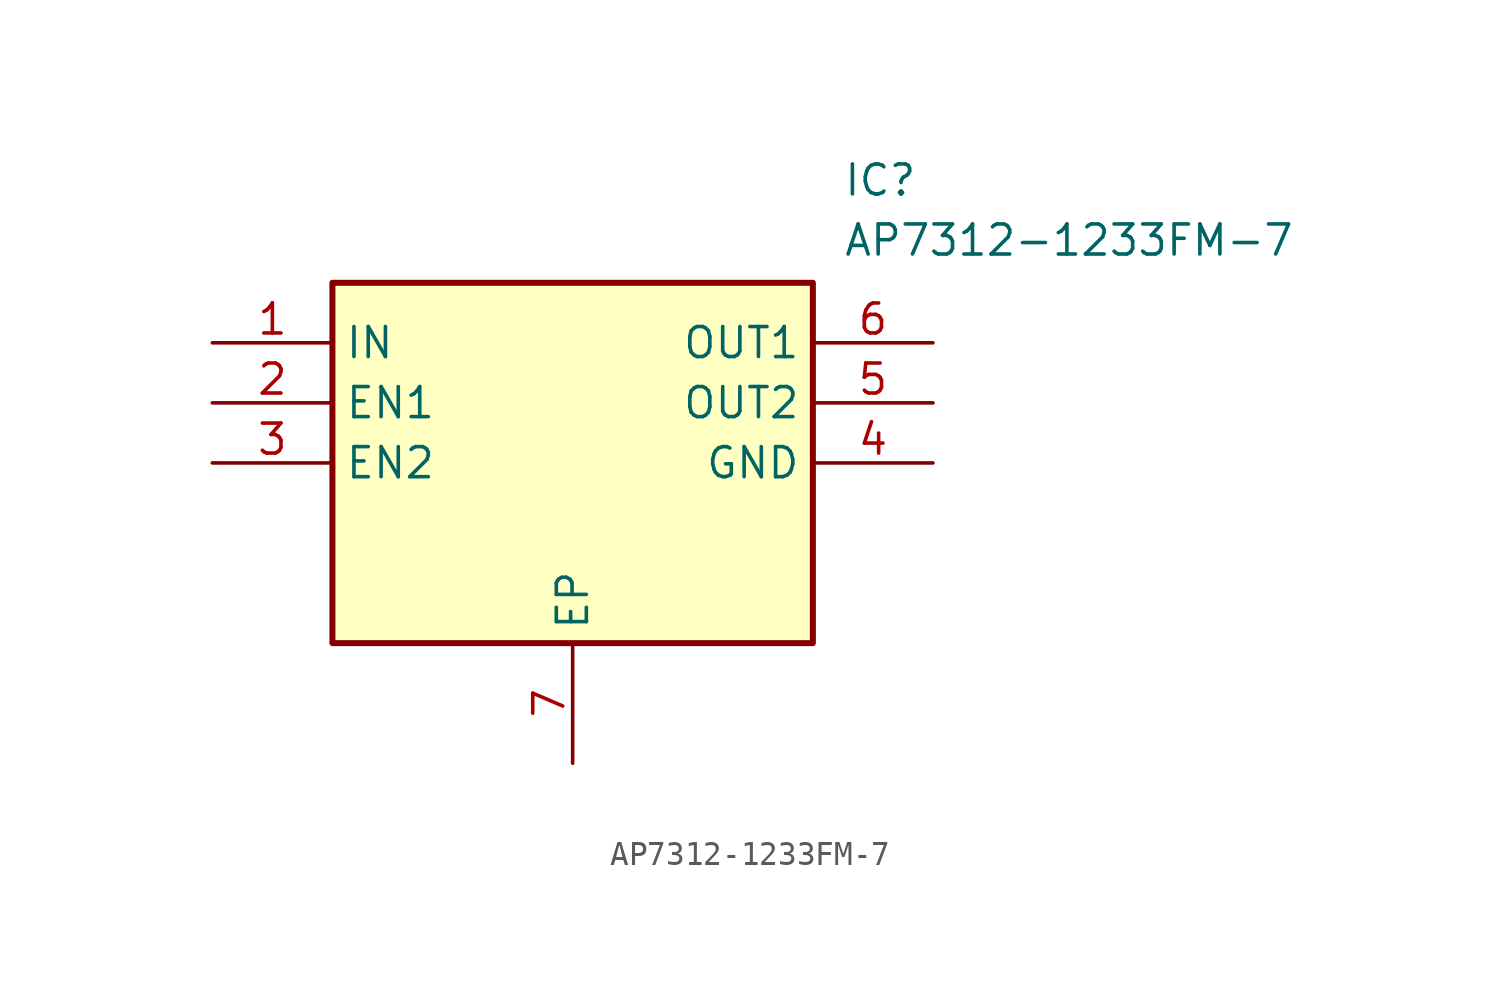
<source format=kicad_sym>
(kicad_symbol_lib
  (version 20211014)
  (generator SamacSys_ECAD_Model)
  (symbol "AP7312-1233FM-7"
    (property "Reference" "IC"
      (at 26.67 7.62 0)
      (effects (font (size 1.27 1.27)) (justify left top)))
    (property "Value" "AP7312-1233FM-7"
      (at 26.67 5.08 0)
      (effects (font (size 1.27 1.27)) (justify left top)))
    (rectangle
      (start 5.08 2.54)
      (end 25.4 -12.7)
      (stroke (width 0.254) (type default))
      (fill (type background)))
    (pin passive line
      (at 0 0 0)
      (length 5.08)
      (name "IN" (effects (font (size 1.27 1.27))))
      (number "1" (effects (font (size 1.27 1.27)))))
    (pin passive line
      (at 0 -2.54 0)
      (length 5.08)
      (name "EN1" (effects (font (size 1.27 1.27))))
      (number "2" (effects (font (size 1.27 1.27)))))
    (pin passive line
      (at 0 -5.08 0)
      (length 5.08)
      (name "EN2" (effects (font (size 1.27 1.27))))
      (number "3" (effects (font (size 1.27 1.27)))))
    (pin passive line
      (at 15.24 -17.78 90)
      (length 5.08)
      (name "EP" (effects (font (size 1.27 1.27))))
      (number "7" (effects (font (size 1.27 1.27)))))
    (pin passive line
      (at 30.48 0 180)
      (length 5.08)
      (name "OUT1" (effects (font (size 1.27 1.27))))
      (number "6" (effects (font (size 1.27 1.27)))))
    (pin passive line
      (at 30.48 -2.54 180)
      (length 5.08)
      (name "OUT2" (effects (font (size 1.27 1.27))))
      (number "5" (effects (font (size 1.27 1.27)))))
    (pin passive line
      (at 30.48 -5.08 180)
      (length 5.08)
      (name "GND" (effects (font (size 1.27 1.27))))
      (number "4" (effects (font (size 1.27 1.27)))))))
</source>
